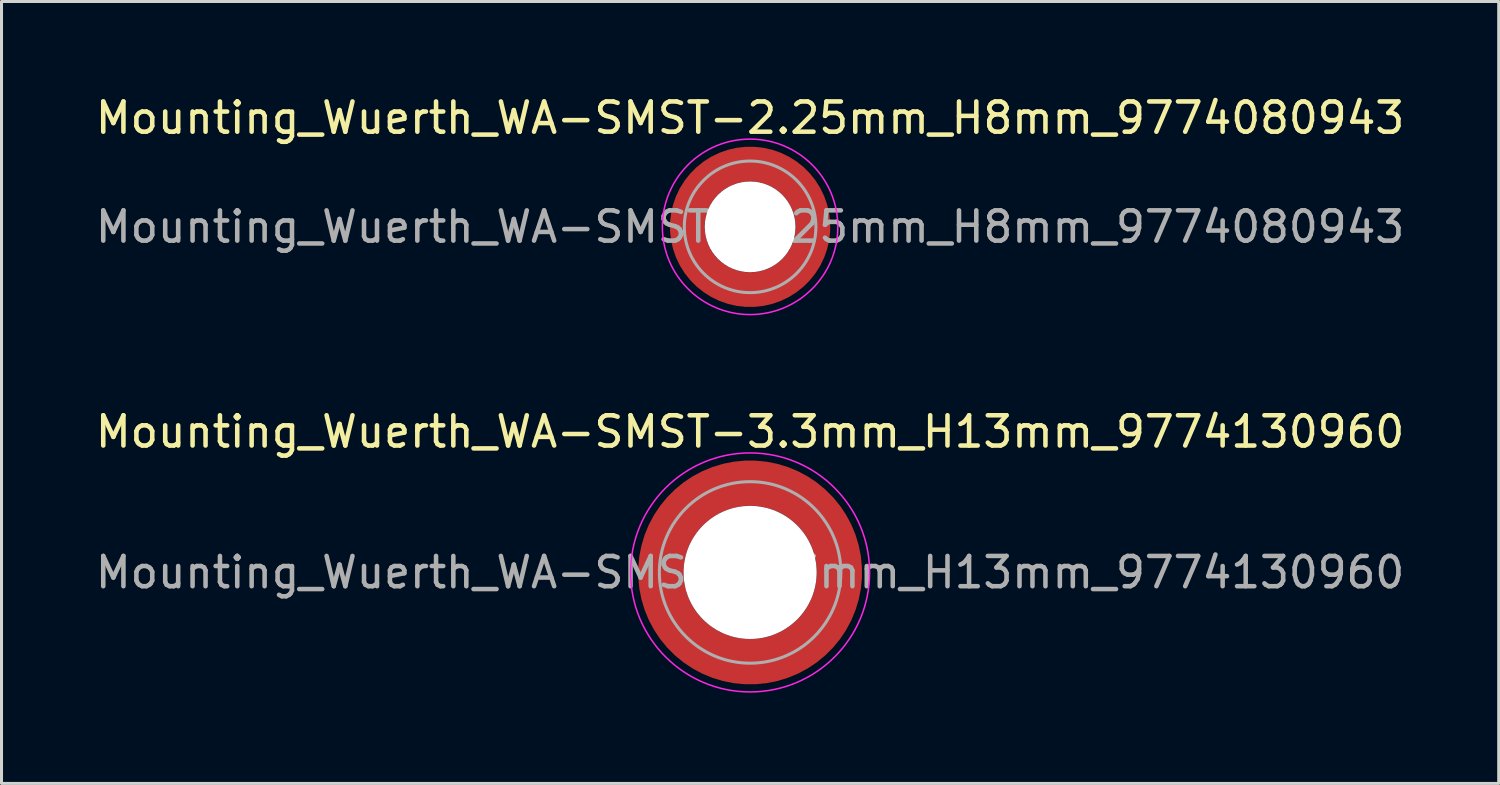
<source format=kicad_pcb>
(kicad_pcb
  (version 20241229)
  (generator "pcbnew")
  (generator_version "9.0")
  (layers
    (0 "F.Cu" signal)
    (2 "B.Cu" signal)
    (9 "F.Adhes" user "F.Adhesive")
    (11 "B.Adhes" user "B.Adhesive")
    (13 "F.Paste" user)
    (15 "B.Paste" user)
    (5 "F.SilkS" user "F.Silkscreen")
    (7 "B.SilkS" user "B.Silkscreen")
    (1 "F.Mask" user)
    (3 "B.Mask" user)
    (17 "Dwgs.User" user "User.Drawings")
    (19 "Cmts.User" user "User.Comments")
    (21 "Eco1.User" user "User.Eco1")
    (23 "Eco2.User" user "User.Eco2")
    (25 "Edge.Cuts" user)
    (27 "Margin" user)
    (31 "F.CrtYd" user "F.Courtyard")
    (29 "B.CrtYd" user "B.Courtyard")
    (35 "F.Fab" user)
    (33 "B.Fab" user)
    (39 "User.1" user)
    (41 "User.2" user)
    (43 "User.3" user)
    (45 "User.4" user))
  (footprint "Mounting_Wuerth_WA-SMST-3.3mm_H13mm_9774130960"
    (layer "F.Cu")
    (at 21.744 15.871)
    (property "Reference" "Mounting_Wuerth_WA-SMST-3.3mm_H13mm_9774130960" (at 0 -4.65 0) (layer "F.SilkS") (effects (font (size 1 1) (thickness 0.15))))
    (property "Mouser Part no." "" (at 0 0 0) (layer "F.Fab") (effects (font (size 1.27 1.27) (thickness 0.15))))
    (property "Mouser link" "" (at 0 0 0) (layer "F.Fab") (effects (font (size 1.27 1.27) (thickness 0.15))))
    (attr smd)
    (fp_circle (center 0 0) (end 3.95 0) (stroke (width 0.05) (type solid)) (fill no) (layer "F.CrtYd"))
    (fp_circle (center 0 0) (end 3 0) (stroke (width 0.1) (type solid)) (fill no) (layer "F.Fab"))
    (fp_text user "${REFERENCE}" (at 0 0 0) (layer "F.Fab") (effects (font (size 1 1) (thickness 0.15))))
    (pad "" smd custom (at -2.058 -2.058) (size 0.7 0.7) (layers "F.Paste") (options (anchor circle)) (primitives (gr_arc (start -0.377294 1.707681) (mid 0.317579 0.318817) (end 1.705947 -0.377044) (width 0.2)) (gr_arc (start -0.478281 1.707681) (mid 0.246161 0.248814) (end 1.703965 -0.477765) (width 0.2)) (gr_arc (start -0.579192 1.707681) (mid 0.175492 0.178063) (end 1.704077 -0.578711) (width 0.2)) (gr_arc (start -0.680037 1.707681) (mid 0.105568 0.106564) (end 1.706284 -0.679858) (width 0.2)) (gr_arc (start -0.780822 1.707681) (mid 0.034627 0.036085) (end 1.705634 -0.780569) (width 0.2)) (gr_arc (start -0.881554 1.707681) (mid -0.035694 -0.035016) (end 1.706729 -0.881441) (width 0.2)) (gr_arc (start -0.982237 1.707681) (mid -0.107281 -0.10485) (end 1.704266 -0.981842) (width 0.2)) (gr_arc (start -1.082877 1.707681) (mid -0.178372 -0.175181) (end 1.703197 -1.082374) (width 0.2)) (gr_arc (start -1.183476 1.707681) (mid -0.248964 -0.246008) (end 1.703525 -1.183025) (width 0.2)) (gr_arc (start -1.28404 1.707681) (mid -0.319062 -0.317333) (end 1.70525 -1.283784) (width 0.2)) (gr_line (start 1.708 -0.377) (end 1.708 -1.284) (width 0.2)) (gr_line (start -0.377 1.708) (end -1.284 1.708) (width 0.2))))
    (pad "" smd custom (at -2.058 2.058) (size 0.7 0.7) (layers "F.Paste") (options (anchor circle)) (primitives (gr_arc (start 1.707681 0.377294) (mid 0.318817 -0.317579) (end -0.377044 -1.705947) (width 0.2)) (gr_arc (start 1.707681 0.478281) (mid 0.248814 -0.246161) (end -0.477765 -1.703965) (width 0.2)) (gr_arc (start 1.707681 0.579192) (mid 0.178063 -0.175492) (end -0.578711 -1.704077) (width 0.2)) (gr_arc (start 1.707681 0.680037) (mid 0.106564 -0.105568) (end -0.679858 -1.706284) (width 0.2)) (gr_arc (start 1.707681 0.780822) (mid 0.036085 -0.034627) (end -0.780569 -1.705634) (width 0.2)) (gr_arc (start 1.707681 0.881554) (mid -0.035016 0.035694) (end -0.881441 -1.706729) (width 0.2)) (gr_arc (start 1.707681 0.982237) (mid -0.10485 0.107281) (end -0.981842 -1.704266) (width 0.2)) (gr_arc (start 1.707681 1.082877) (mid -0.175181 0.178372) (end -1.082374 -1.703197) (width 0.2)) (gr_arc (start 1.707681 1.183476) (mid -0.246008 0.248964) (end -1.183025 -1.703525) (width 0.2)) (gr_arc (start 1.707681 1.28404) (mid -0.317333 0.319062) (end -1.283784 -1.70525) (width 0.2)) (gr_line (start -0.377 -1.708) (end -1.284 -1.708) (width 0.2)) (gr_line (start 1.708 0.377) (end 1.708 1.284) (width 0.2))))
    (pad "" np_thru_hole circle (at 0 0) (size 4.4 4.4) (drill 4.4) (layers "*.Cu" "*.Mask"))
    (pad "" smd custom (at 2.058 -2.058) (size 0.7 0.7) (layers "F.Paste") (options (anchor circle)) (primitives (gr_arc (start -1.707681 -0.377294) (mid -0.318817 0.317579) (end 0.377044 1.705947) (width 0.2)) (gr_arc (start -1.707681 -0.478281) (mid -0.248814 0.246161) (end 0.477765 1.703965) (width 0.2)) (gr_arc (start -1.707681 -0.579192) (mid -0.178063 0.175492) (end 0.578711 1.704077) (width 0.2)) (gr_arc (start -1.707681 -0.680037) (mid -0.106564 0.105568) (end 0.679858 1.706284) (width 0.2)) (gr_arc (start -1.707681 -0.780822) (mid -0.036085 0.034627) (end 0.780569 1.705634) (width 0.2)) (gr_arc (start -1.707681 -0.881554) (mid 0.035016 -0.035694) (end 0.881441 1.706729) (width 0.2)) (gr_arc (start -1.707681 -0.982237) (mid 0.10485 -0.107281) (end 0.981842 1.704266) (width 0.2)) (gr_arc (start -1.707681 -1.082877) (mid 0.175181 -0.178372) (end 1.082374 1.703197) (width 0.2)) (gr_arc (start -1.707681 -1.183476) (mid 0.246008 -0.248964) (end 1.183025 1.703525) (width 0.2)) (gr_arc (start -1.707681 -1.28404) (mid 0.317333 -0.319062) (end 1.283784 1.70525) (width 0.2)) (gr_line (start 0.377 1.708) (end 1.284 1.708) (width 0.2)) (gr_line (start -1.708 -0.377) (end -1.708 -1.284) (width 0.2))))
    (pad "" smd custom (at 2.058 2.058) (size 0.7 0.7) (layers "F.Paste") (options (anchor circle)) (primitives (gr_arc (start 0.377294 -1.707681) (mid -0.317579 -0.318817) (end -1.705947 0.377044) (width 0.2)) (gr_arc (start 0.478281 -1.707681) (mid -0.246161 -0.248814) (end -1.703965 0.477765) (width 0.2)) (gr_arc (start 0.579192 -1.707681) (mid -0.175492 -0.178063) (end -1.704077 0.578711) (width 0.2)) (gr_arc (start 0.680037 -1.707681) (mid -0.105568 -0.106564) (end -1.706284 0.679858) (width 0.2)) (gr_arc (start 0.780822 -1.707681) (mid -0.034627 -0.036085) (end -1.705634 0.780569) (width 0.2)) (gr_arc (start 0.881554 -1.707681) (mid 0.035694 0.035016) (end -1.706729 0.881441) (width 0.2)) (gr_arc (start 0.982237 -1.707681) (mid 0.107281 0.10485) (end -1.704266 0.981842) (width 0.2)) (gr_arc (start 1.082877 -1.707681) (mid 0.178372 0.175181) (end -1.703197 1.082374) (width 0.2)) (gr_arc (start 1.183476 -1.707681) (mid 0.248964 0.246008) (end -1.703525 1.183025) (width 0.2)) (gr_arc (start 1.28404 -1.707681) (mid 0.319062 0.317333) (end -1.70525 1.283784) (width 0.2)) (gr_line (start -1.708 0.377) (end -1.708 1.284) (width 0.2)) (gr_line (start 0.377 -1.708) (end 1.284 -1.708) (width 0.2))))
    (pad "1" smd circle (at -2.95 0) (size 1.1 1.1) (layers "F.Cu"))
    (pad "1" smd circle (at 0 -2.95) (size 1.1 1.1) (layers "F.Cu"))
    (pad "1" smd circle (at 0 2.95) (size 1.1 1.1) (layers "F.Cu"))
    (pad "1" smd custom (at 2.95 0) (size 1.1 1.1) (layers "F.Cu" "F.Mask") (options (anchor circle)) (primitives (gr_circle (center -2.95 0) (end 0 0) (width 1.5) (fill no)))))
  (footprint "Mounting_Wuerth_WA-SMST-2.25mm_H8mm_9774080943"
    (layer "F.Cu")
    (at 21.744 4.448)
    (property "Reference" "Mounting_Wuerth_WA-SMST-2.25mm_H8mm_9774080943" (at 0 -3.6 0) (layer "F.SilkS") (effects (font (size 1 1) (thickness 0.15))))
    (property "Mouser Part no." "" (at 0 0 0) (layer "F.Fab") (effects (font (size 1.27 1.27) (thickness 0.15))))
    (property "Mouser link" "" (at 0 0 0) (layer "F.Fab") (effects (font (size 1.27 1.27) (thickness 0.15))))
    (attr smd)
    (fp_circle (center 0 0) (end 2.9 0) (stroke (width 0.05) (type solid)) (fill no) (layer "F.CrtYd"))
    (fp_circle (center 0 0) (end 2.175 0) (stroke (width 0.1) (type solid)) (fill no) (layer "F.Fab"))
    (fp_text user "${REFERENCE}" (at 0 0 0) (layer "F.Fab") (effects (font (size 1 1) (thickness 0.15))))
    (pad "" smd custom (at -1.453 -1.453) (size 0.61 0.61) (layers "F.Paste") (options (anchor circle)) (primitives (gr_arc (start -0.147677 1.053104) (mid 0.285964 0.286792) (end 1.051968 -0.147393) (width 0.2)) (gr_arc (start -0.240295 1.053104) (mid 0.22253 0.222946) (end 1.052531 -0.24016) (width 0.2)) (gr_arc (start -0.332645 1.053104) (mid 0.158548 0.15965) (end 1.051583 -0.332304) (width 0.2)) (gr_arc (start -0.424767 1.053104) (mid 0.09486 0.096059) (end 1.051446 -0.424413) (width 0.2)) (gr_arc (start -0.516693 1.053104) (mid 0.031293 0.032346) (end 1.051645 -0.516396) (width 0.2)) (gr_arc (start -0.608448 1.053104) (mid -0.032323 -0.031316) (end 1.051707 -0.608176) (width 0.2)) (gr_arc (start -0.700056 1.053104) (mid -0.09616 -0.094758) (end 1.051155 -0.699693) (width 0.2)) (gr_arc (start -0.791534 1.053104) (mid -0.160388 -0.15781) (end 1.049515 -0.790891) (width 0.2)) (gr_arc (start -0.882896 1.053104) (mid -0.223713 -0.221764) (end 1.050388 -0.882429) (width 0.2)) (gr_arc (start -0.974157 1.053104) (mid -0.287654 -0.285101) (end 1.049541 -0.973567) (width 0.2)) (gr_line (start 1.053 -0.148) (end 1.053 -0.974) (width 0.2)) (gr_line (start -0.148 1.053) (end -0.974 1.053) (width 0.2))))
    (pad "" smd custom (at -1.453 1.453) (size 0.61 0.61) (layers "F.Paste") (options (anchor circle)) (primitives (gr_arc (start 1.053104 0.147677) (mid 0.286792 -0.285964) (end -0.147393 -1.051968) (width 0.2)) (gr_arc (start 1.053104 0.240295) (mid 0.222946 -0.22253) (end -0.24016 -1.052531) (width 0.2)) (gr_arc (start 1.053104 0.332645) (mid 0.15965 -0.158548) (end -0.332304 -1.051583) (width 0.2)) (gr_arc (start 1.053104 0.424767) (mid 0.096059 -0.09486) (end -0.424413 -1.051446) (width 0.2)) (gr_arc (start 1.053104 0.516693) (mid 0.032346 -0.031293) (end -0.516396 -1.051645) (width 0.2)) (gr_arc (start 1.053104 0.608448) (mid -0.031316 0.032323) (end -0.608176 -1.051707) (width 0.2)) (gr_arc (start 1.053104 0.700056) (mid -0.094758 0.09616) (end -0.699693 -1.051155) (width 0.2)) (gr_arc (start 1.053104 0.791534) (mid -0.15781 0.160388) (end -0.790891 -1.049515) (width 0.2)) (gr_arc (start 1.053104 0.882896) (mid -0.221764 0.223713) (end -0.882429 -1.050388) (width 0.2)) (gr_arc (start 1.053104 0.974157) (mid -0.285101 0.287654) (end -0.973567 -1.049541) (width 0.2)) (gr_line (start -0.148 -1.053) (end -0.974 -1.053) (width 0.2)) (gr_line (start 1.053 0.148) (end 1.053 0.974) (width 0.2))))
    (pad "" np_thru_hole circle (at 0 0) (size 3 3) (drill 3) (layers "*.Cu" "*.Mask"))
    (pad "" smd custom (at 1.453 -1.453) (size 0.61 0.61) (layers "F.Paste") (options (anchor circle)) (primitives (gr_arc (start -1.053104 -0.147677) (mid -0.286792 0.285964) (end 0.147393 1.051968) (width 0.2)) (gr_arc (start -1.053104 -0.240295) (mid -0.222946 0.22253) (end 0.24016 1.052531) (width 0.2)) (gr_arc (start -1.053104 -0.332645) (mid -0.15965 0.158548) (end 0.332304 1.051583) (width 0.2)) (gr_arc (start -1.053104 -0.424767) (mid -0.096059 0.09486) (end 0.424413 1.051446) (width 0.2)) (gr_arc (start -1.053104 -0.516693) (mid -0.032346 0.031293) (end 0.516396 1.051645) (width 0.2)) (gr_arc (start -1.053104 -0.608448) (mid 0.031316 -0.032323) (end 0.608176 1.051707) (width 0.2)) (gr_arc (start -1.053104 -0.700056) (mid 0.094758 -0.09616) (end 0.699693 1.051155) (width 0.2)) (gr_arc (start -1.053104 -0.791534) (mid 0.15781 -0.160388) (end 0.790891 1.049515) (width 0.2)) (gr_arc (start -1.053104 -0.882896) (mid 0.221764 -0.223713) (end 0.882429 1.050388) (width 0.2)) (gr_arc (start -1.053104 -0.974157) (mid 0.285101 -0.287654) (end 0.973567 1.049541) (width 0.2)) (gr_line (start 0.148 1.053) (end 0.974 1.053) (width 0.2)) (gr_line (start -1.053 -0.148) (end -1.053 -0.974) (width 0.2))))
    (pad "" smd custom (at 1.453 1.453) (size 0.61 0.61) (layers "F.Paste") (options (anchor circle)) (primitives (gr_arc (start 0.147677 -1.053104) (mid -0.285964 -0.286792) (end -1.051968 0.147393) (width 0.2)) (gr_arc (start 0.240295 -1.053104) (mid -0.22253 -0.222946) (end -1.052531 0.24016) (width 0.2)) (gr_arc (start 0.332645 -1.053104) (mid -0.158548 -0.15965) (end -1.051583 0.332304) (width 0.2)) (gr_arc (start 0.424767 -1.053104) (mid -0.09486 -0.096059) (end -1.051446 0.424413) (width 0.2)) (gr_arc (start 0.516693 -1.053104) (mid -0.031293 -0.032346) (end -1.051645 0.516396) (width 0.2)) (gr_arc (start 0.608448 -1.053104) (mid 0.032323 0.031316) (end -1.051707 0.608176) (width 0.2)) (gr_arc (start 0.700056 -1.053104) (mid 0.09616 0.094758) (end -1.051155 0.699693) (width 0.2)) (gr_arc (start 0.791534 -1.053104) (mid 0.160388 0.15781) (end -1.049515 0.790891) (width 0.2)) (gr_arc (start 0.882896 -1.053104) (mid 0.223713 0.221764) (end -1.050388 0.882429) (width 0.2)) (gr_arc (start 0.974157 -1.053104) (mid 0.287654 0.285101) (end -1.049541 0.973567) (width 0.2)) (gr_line (start -1.053 0.148) (end -1.053 0.974) (width 0.2)) (gr_line (start 0.148 -1.053) (end 0.974 -1.053) (width 0.2))))
    (pad "1" smd circle (at -2.075 0) (size 0.75 0.75) (layers "F.Cu"))
    (pad "1" smd circle (at 0 -2.075) (size 0.75 0.75) (layers "F.Cu"))
    (pad "1" smd circle (at 0 2.075) (size 0.75 0.75) (layers "F.Cu"))
    (pad "1" smd custom (at 2.075 0) (size 0.75 0.75) (layers "F.Cu" "F.Mask") (options (anchor circle)) (primitives (gr_circle (center -2.075 0) (end 0 0) (width 1.15) (fill no)))))
  (gr_rect
    (start -3 -3)
    (end 46.488 22.846)
    (stroke (width 0.1) (type default))
    (fill no)
    (layer "Edge.Cuts")))
</source>
